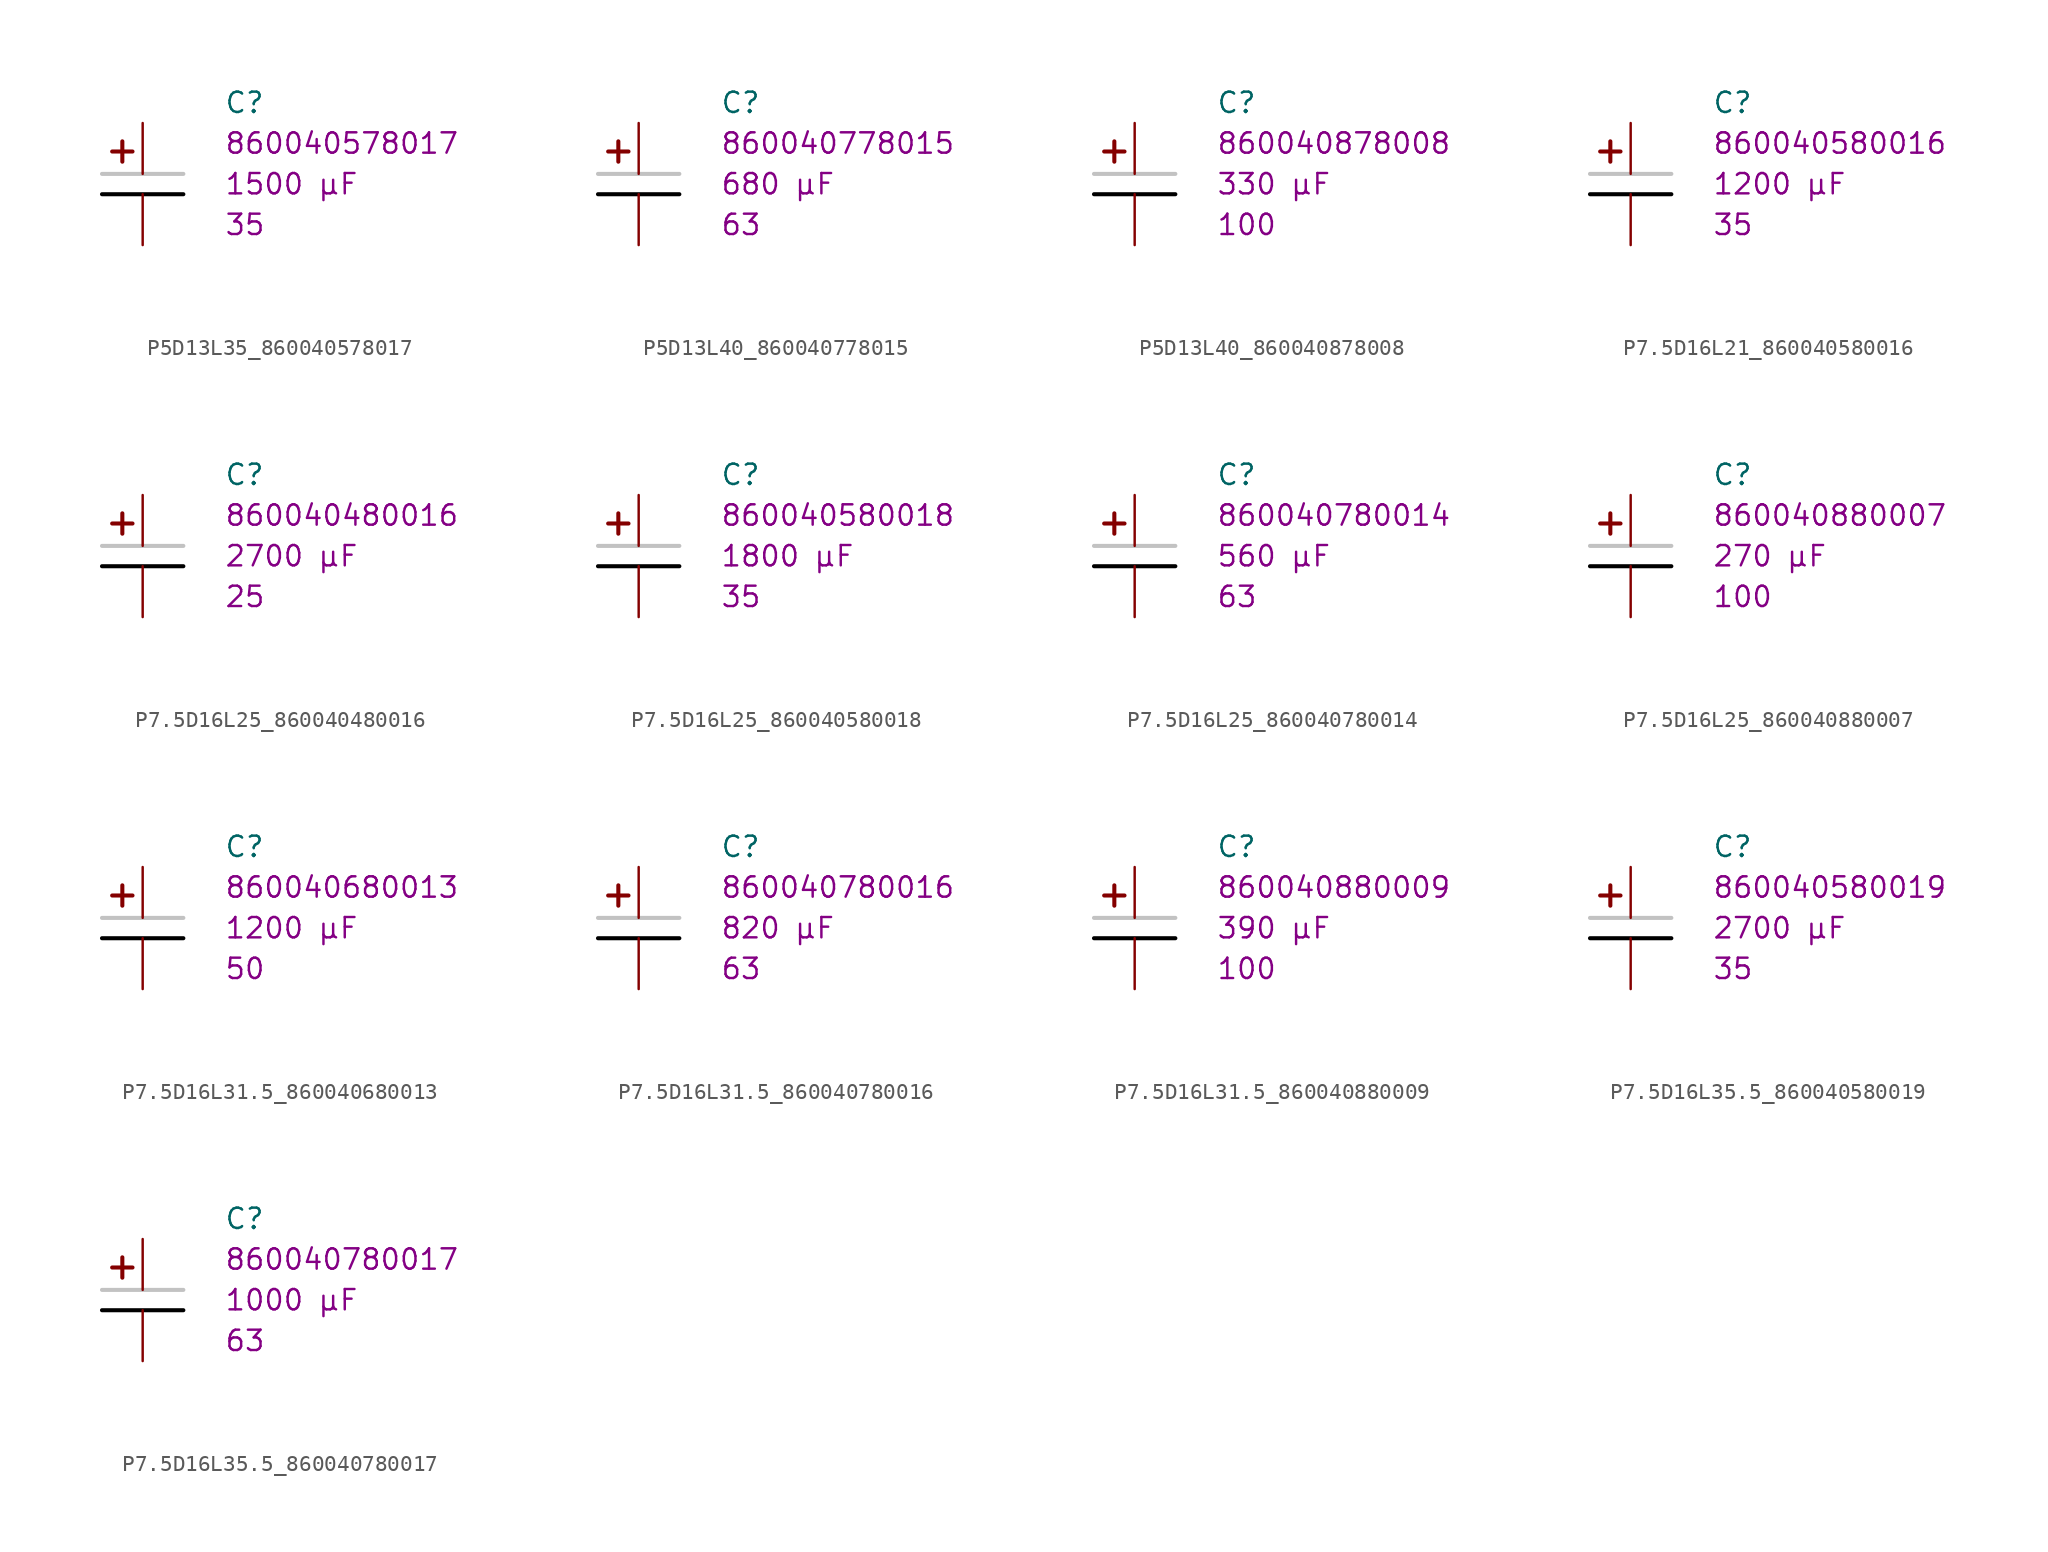
<source format=kicad_sym>
(kicad_symbol_lib
  (version 20220914)
  (generator kicad_symbol_editor)
  (symbol "P5D13L35_860040578017"
    (pin_numbers hide)
    (pin_names hide)
    (property "Reference" "C"
      (at 5.08 5.08 0)
      (effects (font (size 1.27 1.27)) (justify left)))
    (property "Part Number" "860040578017"
      (at 5.08 2.54 0)
      (effects (font (size 1.27 1.27)) (justify left)))
    (property "Capacitance" "1500 µF"
      (at 5.08 0 0)
      (effects (font (size 1.27 1.27)) (justify left)))
    (property "Voltage" "35"
      (at 5.08 -2.54 0)
      (effects (font (size 1.27 1.27)) (justify left)))
    (property "Critical Parameter" ""
      (at 0 -7.62 0)
      (effects (font (size 1.27 1.27)) (justify left)))
    (symbol "P5D13L35_860040578017_1_1"
      (polyline (pts (xy -1.27 2.667) (xy -1.27 1.397)) (stroke (width 0.254) (type default)) (fill (type none)))
      (polyline (pts (xy -0.635 2.032) (xy -1.905 2.032)) (stroke (width 0.254) (type default)) (fill (type none)))
      (polyline (pts (xy 2.54 -0.635) (xy -2.54 -0.635)) (stroke (width 0.254) (type default) (color 0 0 0 1)) (fill (type none)))
      (polyline (pts (xy 2.54 0.635) (xy -2.54 0.635)) (stroke (width 0.254) (type default) (color 194 194 194 1)) (fill (type none)))
      (pin passive line (at 0 3.81 270) (length 3.175) (name "1" (effects (font (size 1.27 1.27)))) (number "1" (effects (font (size 1.27 1.27)))))
      (pin passive line (at 0 -3.81 90) (length 3.175) (name "2" (effects (font (size 1.27 1.27)))) (number "2" (effects (font (size 1.27 1.27)))))))
  (symbol "P5D13L40_860040778015"
    (pin_numbers hide)
    (pin_names hide)
    (property "Reference" "C"
      (at 5.08 5.08 0)
      (effects (font (size 1.27 1.27)) (justify left)))
    (property "Part Number" "860040778015"
      (at 5.08 2.54 0)
      (effects (font (size 1.27 1.27)) (justify left)))
    (property "Capacitance" "680 µF"
      (at 5.08 0 0)
      (effects (font (size 1.27 1.27)) (justify left)))
    (property "Voltage" "63"
      (at 5.08 -2.54 0)
      (effects (font (size 1.27 1.27)) (justify left)))
    (property "Critical Parameter" ""
      (at 0 -7.62 0)
      (effects (font (size 1.27 1.27)) (justify left)))
    (symbol "P5D13L40_860040778015_1_1"
      (polyline (pts (xy -1.27 2.667) (xy -1.27 1.397)) (stroke (width 0.254) (type default)) (fill (type none)))
      (polyline (pts (xy -0.635 2.032) (xy -1.905 2.032)) (stroke (width 0.254) (type default)) (fill (type none)))
      (polyline (pts (xy 2.54 -0.635) (xy -2.54 -0.635)) (stroke (width 0.254) (type default) (color 0 0 0 1)) (fill (type none)))
      (polyline (pts (xy 2.54 0.635) (xy -2.54 0.635)) (stroke (width 0.254) (type default) (color 194 194 194 1)) (fill (type none)))
      (pin passive line (at 0 3.81 270) (length 3.175) (name "1" (effects (font (size 1.27 1.27)))) (number "1" (effects (font (size 1.27 1.27)))))
      (pin passive line (at 0 -3.81 90) (length 3.175) (name "2" (effects (font (size 1.27 1.27)))) (number "2" (effects (font (size 1.27 1.27)))))))
  (symbol "P5D13L40_860040878008"
    (pin_numbers hide)
    (pin_names hide)
    (property "Reference" "C"
      (at 5.08 5.08 0)
      (effects (font (size 1.27 1.27)) (justify left)))
    (property "Part Number" "860040878008"
      (at 5.08 2.54 0)
      (effects (font (size 1.27 1.27)) (justify left)))
    (property "Capacitance" "330 µF"
      (at 5.08 0 0)
      (effects (font (size 1.27 1.27)) (justify left)))
    (property "Voltage" "100"
      (at 5.08 -2.54 0)
      (effects (font (size 1.27 1.27)) (justify left)))
    (property "Critical Parameter" ""
      (at 0 -7.62 0)
      (effects (font (size 1.27 1.27)) (justify left)))
    (symbol "P5D13L40_860040878008_1_1"
      (polyline (pts (xy -1.27 2.667) (xy -1.27 1.397)) (stroke (width 0.254) (type default)) (fill (type none)))
      (polyline (pts (xy -0.635 2.032) (xy -1.905 2.032)) (stroke (width 0.254) (type default)) (fill (type none)))
      (polyline (pts (xy 2.54 -0.635) (xy -2.54 -0.635)) (stroke (width 0.254) (type default) (color 0 0 0 1)) (fill (type none)))
      (polyline (pts (xy 2.54 0.635) (xy -2.54 0.635)) (stroke (width 0.254) (type default) (color 194 194 194 1)) (fill (type none)))
      (pin passive line (at 0 3.81 270) (length 3.175) (name "1" (effects (font (size 1.27 1.27)))) (number "1" (effects (font (size 1.27 1.27)))))
      (pin passive line (at 0 -3.81 90) (length 3.175) (name "2" (effects (font (size 1.27 1.27)))) (number "2" (effects (font (size 1.27 1.27)))))))
  (symbol "P7.5D16L21_860040580016"
    (pin_numbers hide)
    (pin_names hide)
    (property "Reference" "C"
      (at 5.08 5.08 0)
      (effects (font (size 1.27 1.27)) (justify left)))
    (property "Part Number" "860040580016"
      (at 5.08 2.54 0)
      (effects (font (size 1.27 1.27)) (justify left)))
    (property "Capacitance" "1200 µF"
      (at 5.08 0 0)
      (effects (font (size 1.27 1.27)) (justify left)))
    (property "Voltage" "35"
      (at 5.08 -2.54 0)
      (effects (font (size 1.27 1.27)) (justify left)))
    (property "Critical Parameter" ""
      (at 0 -7.62 0)
      (effects (font (size 1.27 1.27)) (justify left)))
    (symbol "P7.5D16L21_860040580016_1_1"
      (polyline (pts (xy -1.27 2.667) (xy -1.27 1.397)) (stroke (width 0.254) (type default)) (fill (type none)))
      (polyline (pts (xy -0.635 2.032) (xy -1.905 2.032)) (stroke (width 0.254) (type default)) (fill (type none)))
      (polyline (pts (xy 2.54 -0.635) (xy -2.54 -0.635)) (stroke (width 0.254) (type default) (color 0 0 0 1)) (fill (type none)))
      (polyline (pts (xy 2.54 0.635) (xy -2.54 0.635)) (stroke (width 0.254) (type default) (color 194 194 194 1)) (fill (type none)))
      (pin passive line (at 0 3.81 270) (length 3.175) (name "1" (effects (font (size 1.27 1.27)))) (number "1" (effects (font (size 1.27 1.27)))))
      (pin passive line (at 0 -3.81 90) (length 3.175) (name "2" (effects (font (size 1.27 1.27)))) (number "2" (effects (font (size 1.27 1.27)))))))
  (symbol "P7.5D16L25_860040480016"
    (pin_numbers hide)
    (pin_names hide)
    (property "Reference" "C"
      (at 5.08 5.08 0)
      (effects (font (size 1.27 1.27)) (justify left)))
    (property "Part Number" "860040480016"
      (at 5.08 2.54 0)
      (effects (font (size 1.27 1.27)) (justify left)))
    (property "Capacitance" "2700 µF"
      (at 5.08 0 0)
      (effects (font (size 1.27 1.27)) (justify left)))
    (property "Voltage" "25"
      (at 5.08 -2.54 0)
      (effects (font (size 1.27 1.27)) (justify left)))
    (property "Critical Parameter" ""
      (at 0 -7.62 0)
      (effects (font (size 1.27 1.27)) (justify left)))
    (symbol "P7.5D16L25_860040480016_1_1"
      (polyline (pts (xy -1.27 2.667) (xy -1.27 1.397)) (stroke (width 0.254) (type default)) (fill (type none)))
      (polyline (pts (xy -0.635 2.032) (xy -1.905 2.032)) (stroke (width 0.254) (type default)) (fill (type none)))
      (polyline (pts (xy 2.54 -0.635) (xy -2.54 -0.635)) (stroke (width 0.254) (type default) (color 0 0 0 1)) (fill (type none)))
      (polyline (pts (xy 2.54 0.635) (xy -2.54 0.635)) (stroke (width 0.254) (type default) (color 194 194 194 1)) (fill (type none)))
      (pin passive line (at 0 3.81 270) (length 3.175) (name "1" (effects (font (size 1.27 1.27)))) (number "1" (effects (font (size 1.27 1.27)))))
      (pin passive line (at 0 -3.81 90) (length 3.175) (name "2" (effects (font (size 1.27 1.27)))) (number "2" (effects (font (size 1.27 1.27)))))))
  (symbol "P7.5D16L25_860040580018"
    (pin_numbers hide)
    (pin_names hide)
    (property "Reference" "C"
      (at 5.08 5.08 0)
      (effects (font (size 1.27 1.27)) (justify left)))
    (property "Part Number" "860040580018"
      (at 5.08 2.54 0)
      (effects (font (size 1.27 1.27)) (justify left)))
    (property "Capacitance" "1800 µF"
      (at 5.08 0 0)
      (effects (font (size 1.27 1.27)) (justify left)))
    (property "Voltage" "35"
      (at 5.08 -2.54 0)
      (effects (font (size 1.27 1.27)) (justify left)))
    (property "Critical Parameter" ""
      (at 0 -7.62 0)
      (effects (font (size 1.27 1.27)) (justify left)))
    (symbol "P7.5D16L25_860040580018_1_1"
      (polyline (pts (xy -1.27 2.667) (xy -1.27 1.397)) (stroke (width 0.254) (type default)) (fill (type none)))
      (polyline (pts (xy -0.635 2.032) (xy -1.905 2.032)) (stroke (width 0.254) (type default)) (fill (type none)))
      (polyline (pts (xy 2.54 -0.635) (xy -2.54 -0.635)) (stroke (width 0.254) (type default) (color 0 0 0 1)) (fill (type none)))
      (polyline (pts (xy 2.54 0.635) (xy -2.54 0.635)) (stroke (width 0.254) (type default) (color 194 194 194 1)) (fill (type none)))
      (pin passive line (at 0 3.81 270) (length 3.175) (name "1" (effects (font (size 1.27 1.27)))) (number "1" (effects (font (size 1.27 1.27)))))
      (pin passive line (at 0 -3.81 90) (length 3.175) (name "2" (effects (font (size 1.27 1.27)))) (number "2" (effects (font (size 1.27 1.27)))))))
  (symbol "P7.5D16L25_860040780014"
    (pin_numbers hide)
    (pin_names hide)
    (property "Reference" "C"
      (at 5.08 5.08 0)
      (effects (font (size 1.27 1.27)) (justify left)))
    (property "Part Number" "860040780014"
      (at 5.08 2.54 0)
      (effects (font (size 1.27 1.27)) (justify left)))
    (property "Capacitance" "560 µF"
      (at 5.08 0 0)
      (effects (font (size 1.27 1.27)) (justify left)))
    (property "Voltage" "63"
      (at 5.08 -2.54 0)
      (effects (font (size 1.27 1.27)) (justify left)))
    (property "Critical Parameter" ""
      (at 0 -7.62 0)
      (effects (font (size 1.27 1.27)) (justify left)))
    (symbol "P7.5D16L25_860040780014_1_1"
      (polyline (pts (xy -1.27 2.667) (xy -1.27 1.397)) (stroke (width 0.254) (type default)) (fill (type none)))
      (polyline (pts (xy -0.635 2.032) (xy -1.905 2.032)) (stroke (width 0.254) (type default)) (fill (type none)))
      (polyline (pts (xy 2.54 -0.635) (xy -2.54 -0.635)) (stroke (width 0.254) (type default) (color 0 0 0 1)) (fill (type none)))
      (polyline (pts (xy 2.54 0.635) (xy -2.54 0.635)) (stroke (width 0.254) (type default) (color 194 194 194 1)) (fill (type none)))
      (pin passive line (at 0 3.81 270) (length 3.175) (name "1" (effects (font (size 1.27 1.27)))) (number "1" (effects (font (size 1.27 1.27)))))
      (pin passive line (at 0 -3.81 90) (length 3.175) (name "2" (effects (font (size 1.27 1.27)))) (number "2" (effects (font (size 1.27 1.27)))))))
  (symbol "P7.5D16L25_860040880007"
    (pin_numbers hide)
    (pin_names hide)
    (property "Reference" "C"
      (at 5.08 5.08 0)
      (effects (font (size 1.27 1.27)) (justify left)))
    (property "Part Number" "860040880007"
      (at 5.08 2.54 0)
      (effects (font (size 1.27 1.27)) (justify left)))
    (property "Capacitance" "270 µF"
      (at 5.08 0 0)
      (effects (font (size 1.27 1.27)) (justify left)))
    (property "Voltage" "100"
      (at 5.08 -2.54 0)
      (effects (font (size 1.27 1.27)) (justify left)))
    (property "Critical Parameter" ""
      (at 0 -7.62 0)
      (effects (font (size 1.27 1.27)) (justify left)))
    (symbol "P7.5D16L25_860040880007_1_1"
      (polyline (pts (xy -1.27 2.667) (xy -1.27 1.397)) (stroke (width 0.254) (type default)) (fill (type none)))
      (polyline (pts (xy -0.635 2.032) (xy -1.905 2.032)) (stroke (width 0.254) (type default)) (fill (type none)))
      (polyline (pts (xy 2.54 -0.635) (xy -2.54 -0.635)) (stroke (width 0.254) (type default) (color 0 0 0 1)) (fill (type none)))
      (polyline (pts (xy 2.54 0.635) (xy -2.54 0.635)) (stroke (width 0.254) (type default) (color 194 194 194 1)) (fill (type none)))
      (pin passive line (at 0 3.81 270) (length 3.175) (name "1" (effects (font (size 1.27 1.27)))) (number "1" (effects (font (size 1.27 1.27)))))
      (pin passive line (at 0 -3.81 90) (length 3.175) (name "2" (effects (font (size 1.27 1.27)))) (number "2" (effects (font (size 1.27 1.27)))))))
  (symbol "P7.5D16L31.5_860040680013"
    (pin_numbers hide)
    (pin_names hide)
    (property "Reference" "C"
      (at 5.08 5.08 0)
      (effects (font (size 1.27 1.27)) (justify left)))
    (property "Part Number" "860040680013"
      (at 5.08 2.54 0)
      (effects (font (size 1.27 1.27)) (justify left)))
    (property "Capacitance" "1200 µF"
      (at 5.08 0 0)
      (effects (font (size 1.27 1.27)) (justify left)))
    (property "Voltage" "50"
      (at 5.08 -2.54 0)
      (effects (font (size 1.27 1.27)) (justify left)))
    (property "Critical Parameter" ""
      (at 0 -7.62 0)
      (effects (font (size 1.27 1.27)) (justify left)))
    (symbol "P7.5D16L31.5_860040680013_1_1"
      (polyline (pts (xy -1.27 2.667) (xy -1.27 1.397)) (stroke (width 0.254) (type default)) (fill (type none)))
      (polyline (pts (xy -0.635 2.032) (xy -1.905 2.032)) (stroke (width 0.254) (type default)) (fill (type none)))
      (polyline (pts (xy 2.54 -0.635) (xy -2.54 -0.635)) (stroke (width 0.254) (type default) (color 0 0 0 1)) (fill (type none)))
      (polyline (pts (xy 2.54 0.635) (xy -2.54 0.635)) (stroke (width 0.254) (type default) (color 194 194 194 1)) (fill (type none)))
      (pin passive line (at 0 3.81 270) (length 3.175) (name "1" (effects (font (size 1.27 1.27)))) (number "1" (effects (font (size 1.27 1.27)))))
      (pin passive line (at 0 -3.81 90) (length 3.175) (name "2" (effects (font (size 1.27 1.27)))) (number "2" (effects (font (size 1.27 1.27)))))))
  (symbol "P7.5D16L31.5_860040780016"
    (pin_numbers hide)
    (pin_names hide)
    (property "Reference" "C"
      (at 5.08 5.08 0)
      (effects (font (size 1.27 1.27)) (justify left)))
    (property "Part Number" "860040780016"
      (at 5.08 2.54 0)
      (effects (font (size 1.27 1.27)) (justify left)))
    (property "Capacitance" "820 µF"
      (at 5.08 0 0)
      (effects (font (size 1.27 1.27)) (justify left)))
    (property "Voltage" "63"
      (at 5.08 -2.54 0)
      (effects (font (size 1.27 1.27)) (justify left)))
    (property "Critical Parameter" ""
      (at 0 -7.62 0)
      (effects (font (size 1.27 1.27)) (justify left)))
    (symbol "P7.5D16L31.5_860040780016_1_1"
      (polyline (pts (xy -1.27 2.667) (xy -1.27 1.397)) (stroke (width 0.254) (type default)) (fill (type none)))
      (polyline (pts (xy -0.635 2.032) (xy -1.905 2.032)) (stroke (width 0.254) (type default)) (fill (type none)))
      (polyline (pts (xy 2.54 -0.635) (xy -2.54 -0.635)) (stroke (width 0.254) (type default) (color 0 0 0 1)) (fill (type none)))
      (polyline (pts (xy 2.54 0.635) (xy -2.54 0.635)) (stroke (width 0.254) (type default) (color 194 194 194 1)) (fill (type none)))
      (pin passive line (at 0 3.81 270) (length 3.175) (name "1" (effects (font (size 1.27 1.27)))) (number "1" (effects (font (size 1.27 1.27)))))
      (pin passive line (at 0 -3.81 90) (length 3.175) (name "2" (effects (font (size 1.27 1.27)))) (number "2" (effects (font (size 1.27 1.27)))))))
  (symbol "P7.5D16L31.5_860040880009"
    (pin_numbers hide)
    (pin_names hide)
    (property "Reference" "C"
      (at 5.08 5.08 0)
      (effects (font (size 1.27 1.27)) (justify left)))
    (property "Part Number" "860040880009"
      (at 5.08 2.54 0)
      (effects (font (size 1.27 1.27)) (justify left)))
    (property "Capacitance" "390 µF"
      (at 5.08 0 0)
      (effects (font (size 1.27 1.27)) (justify left)))
    (property "Voltage" "100"
      (at 5.08 -2.54 0)
      (effects (font (size 1.27 1.27)) (justify left)))
    (property "Critical Parameter" ""
      (at 0 -7.62 0)
      (effects (font (size 1.27 1.27)) (justify left)))
    (symbol "P7.5D16L31.5_860040880009_1_1"
      (polyline (pts (xy -1.27 2.667) (xy -1.27 1.397)) (stroke (width 0.254) (type default)) (fill (type none)))
      (polyline (pts (xy -0.635 2.032) (xy -1.905 2.032)) (stroke (width 0.254) (type default)) (fill (type none)))
      (polyline (pts (xy 2.54 -0.635) (xy -2.54 -0.635)) (stroke (width 0.254) (type default) (color 0 0 0 1)) (fill (type none)))
      (polyline (pts (xy 2.54 0.635) (xy -2.54 0.635)) (stroke (width 0.254) (type default) (color 194 194 194 1)) (fill (type none)))
      (pin passive line (at 0 3.81 270) (length 3.175) (name "1" (effects (font (size 1.27 1.27)))) (number "1" (effects (font (size 1.27 1.27)))))
      (pin passive line (at 0 -3.81 90) (length 3.175) (name "2" (effects (font (size 1.27 1.27)))) (number "2" (effects (font (size 1.27 1.27)))))))
  (symbol "P7.5D16L35.5_860040580019"
    (pin_numbers hide)
    (pin_names hide)
    (property "Reference" "C"
      (at 5.08 5.08 0)
      (effects (font (size 1.27 1.27)) (justify left)))
    (property "Part Number" "860040580019"
      (at 5.08 2.54 0)
      (effects (font (size 1.27 1.27)) (justify left)))
    (property "Capacitance" "2700 µF"
      (at 5.08 0 0)
      (effects (font (size 1.27 1.27)) (justify left)))
    (property "Voltage" "35"
      (at 5.08 -2.54 0)
      (effects (font (size 1.27 1.27)) (justify left)))
    (property "Critical Parameter" ""
      (at 0 -7.62 0)
      (effects (font (size 1.27 1.27)) (justify left)))
    (symbol "P7.5D16L35.5_860040580019_1_1"
      (polyline (pts (xy -1.27 2.667) (xy -1.27 1.397)) (stroke (width 0.254) (type default)) (fill (type none)))
      (polyline (pts (xy -0.635 2.032) (xy -1.905 2.032)) (stroke (width 0.254) (type default)) (fill (type none)))
      (polyline (pts (xy 2.54 -0.635) (xy -2.54 -0.635)) (stroke (width 0.254) (type default) (color 0 0 0 1)) (fill (type none)))
      (polyline (pts (xy 2.54 0.635) (xy -2.54 0.635)) (stroke (width 0.254) (type default) (color 194 194 194 1)) (fill (type none)))
      (pin passive line (at 0 3.81 270) (length 3.175) (name "1" (effects (font (size 1.27 1.27)))) (number "1" (effects (font (size 1.27 1.27)))))
      (pin passive line (at 0 -3.81 90) (length 3.175) (name "2" (effects (font (size 1.27 1.27)))) (number "2" (effects (font (size 1.27 1.27)))))))
  (symbol "P7.5D16L35.5_860040780017"
    (pin_numbers hide)
    (pin_names hide)
    (property "Reference" "C"
      (at 5.08 5.08 0)
      (effects (font (size 1.27 1.27)) (justify left)))
    (property "Part Number" "860040780017"
      (at 5.08 2.54 0)
      (effects (font (size 1.27 1.27)) (justify left)))
    (property "Capacitance" "1000 µF"
      (at 5.08 0 0)
      (effects (font (size 1.27 1.27)) (justify left)))
    (property "Voltage" "63"
      (at 5.08 -2.54 0)
      (effects (font (size 1.27 1.27)) (justify left)))
    (property "Critical Parameter" ""
      (at 0 -7.62 0)
      (effects (font (size 1.27 1.27)) (justify left)))
    (symbol "P7.5D16L35.5_860040780017_1_1"
      (polyline (pts (xy -1.27 2.667) (xy -1.27 1.397)) (stroke (width 0.254) (type default)) (fill (type none)))
      (polyline (pts (xy -0.635 2.032) (xy -1.905 2.032)) (stroke (width 0.254) (type default)) (fill (type none)))
      (polyline (pts (xy 2.54 -0.635) (xy -2.54 -0.635)) (stroke (width 0.254) (type default) (color 0 0 0 1)) (fill (type none)))
      (polyline (pts (xy 2.54 0.635) (xy -2.54 0.635)) (stroke (width 0.254) (type default) (color 194 194 194 1)) (fill (type none)))
      (pin passive line (at 0 3.81 270) (length 3.175) (name "1" (effects (font (size 1.27 1.27)))) (number "1" (effects (font (size 1.27 1.27)))))
      (pin passive line (at 0 -3.81 90) (length 3.175) (name "2" (effects (font (size 1.27 1.27)))) (number "2" (effects (font (size 1.27 1.27))))))))
</source>
